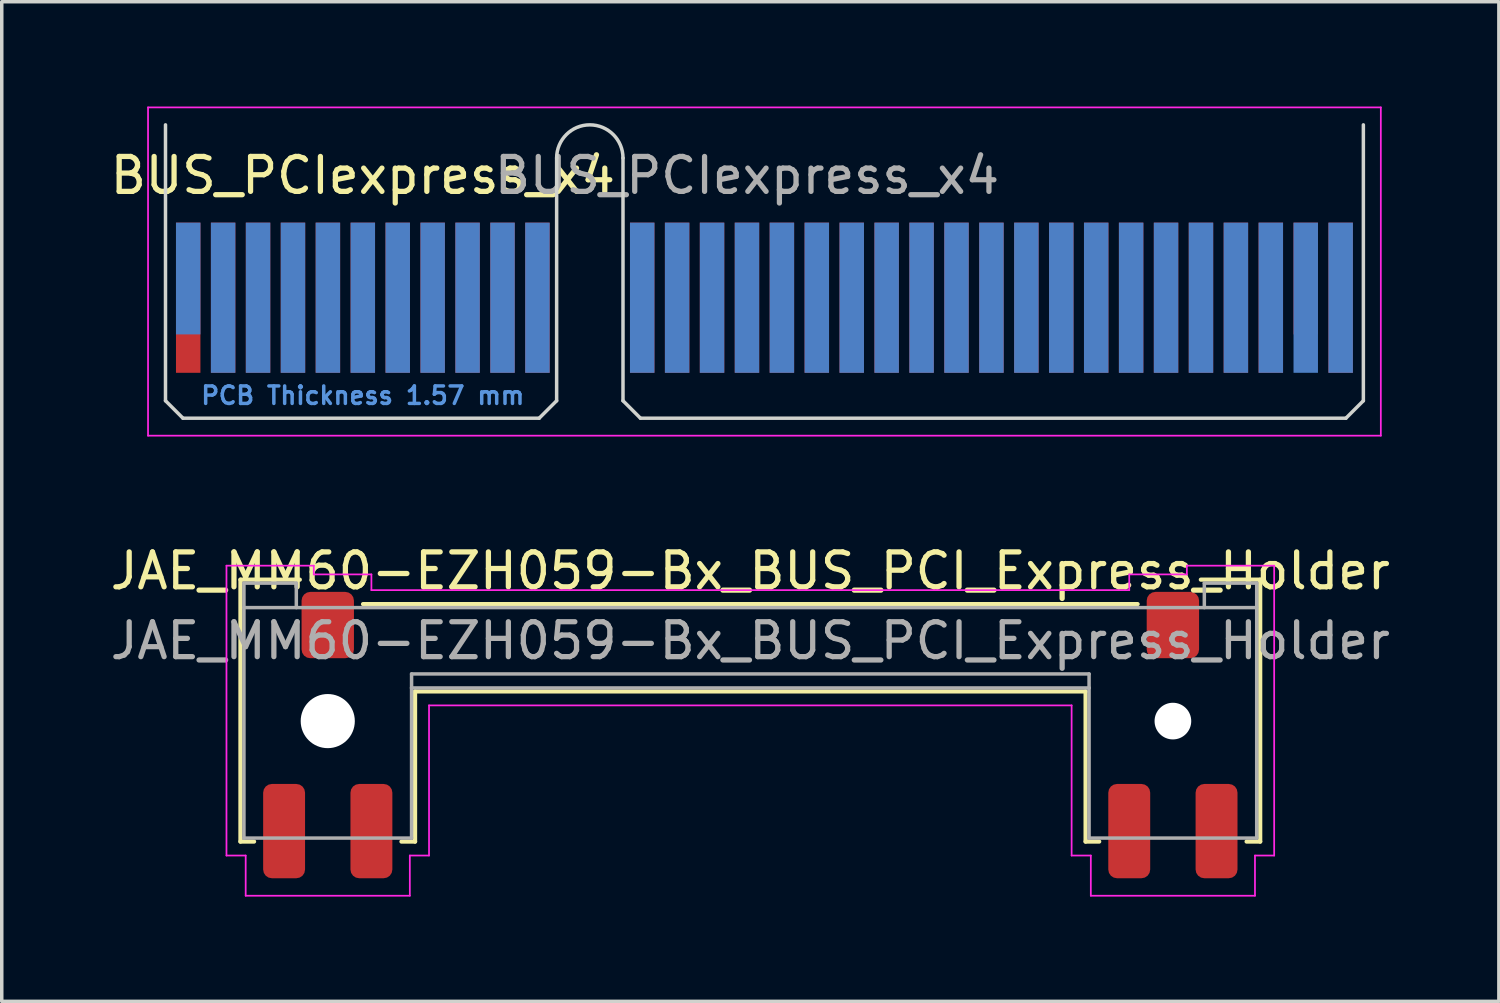
<source format=kicad_pcb>
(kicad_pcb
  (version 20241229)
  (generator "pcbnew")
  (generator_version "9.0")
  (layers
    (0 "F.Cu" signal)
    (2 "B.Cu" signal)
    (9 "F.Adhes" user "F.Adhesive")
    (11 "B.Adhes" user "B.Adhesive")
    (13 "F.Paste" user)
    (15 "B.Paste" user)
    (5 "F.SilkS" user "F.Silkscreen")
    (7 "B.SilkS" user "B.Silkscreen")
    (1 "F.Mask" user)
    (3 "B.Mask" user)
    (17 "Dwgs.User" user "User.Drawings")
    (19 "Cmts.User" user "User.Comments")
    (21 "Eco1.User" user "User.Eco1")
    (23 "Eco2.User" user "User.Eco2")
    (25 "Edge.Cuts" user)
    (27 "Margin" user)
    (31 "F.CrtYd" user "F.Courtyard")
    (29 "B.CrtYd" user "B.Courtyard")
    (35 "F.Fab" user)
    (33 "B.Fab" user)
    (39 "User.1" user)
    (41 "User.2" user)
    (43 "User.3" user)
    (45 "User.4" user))
  (footprint "JAE_MM60-EZH059-Bx_BUS_PCI_Express_Holder"
    (layer "F.Cu")
    (at 18.435 15.298)
    (property "Reference" "JAE_MM60-EZH059-Bx_BUS_PCI_Express_Holder" (at 0 -2 0) (layer "F.SilkS") (effects (font (size 1 1) (thickness 0.15))))
    (attr smd)
    (fp_line (start -14.6 -1.75) (end -12.9 -1.75) (stroke (width 0.12) (type solid)) (layer "F.SilkS"))
    (fp_line (start -14.6 5.75) (end -14.6 -1.75) (stroke (width 0.12) (type solid)) (layer "F.SilkS"))
    (fp_line (start -14.6 5.75) (end -14.21 5.75) (stroke (width 0.12) (type solid)) (layer "F.SilkS"))
    (fp_line (start -11.09 -1.05) (end 11.09 -1.05) (stroke (width 0.12) (type solid)) (layer "F.SilkS"))
    (fp_line (start -9.99 5.75) (end -9.6 5.75) (stroke (width 0.12) (type solid)) (layer "F.SilkS"))
    (fp_line (start -9.6 1.45) (end 9.6 1.45) (stroke (width 0.12) (type solid)) (layer "F.SilkS"))
    (fp_line (start -9.6 5.75) (end -9.6 1.45) (stroke (width 0.12) (type solid)) (layer "F.SilkS"))
    (fp_line (start 9.6 5.75) (end 9.6 1.45) (stroke (width 0.12) (type solid)) (layer "F.SilkS"))
    (fp_line (start 9.99 5.75) (end 9.6 5.75) (stroke (width 0.12) (type solid)) (layer "F.SilkS"))
    (fp_line (start 14.21 5.75) (end 14.6 5.75) (stroke (width 0.12) (type solid)) (layer "F.SilkS"))
    (fp_line (start 14.6 -1.75) (end 12.9 -1.75) (stroke (width 0.12) (type solid)) (layer "F.SilkS"))
    (fp_line (start 14.6 5.75) (end 14.6 -1.75) (stroke (width 0.12) (type solid)) (layer "F.SilkS"))
    (fp_line (start -15 -2.15) (end -15 6.15) (stroke (width 0.05) (type default)) (layer "F.CrtYd"))
    (fp_line (start -15 -2.15) (end -12.5 -2.15) (stroke (width 0.05) (type default)) (layer "F.CrtYd"))
    (fp_line (start -15 6.15) (end -14.45 6.15) (stroke (width 0.05) (type default)) (layer "F.CrtYd"))
    (fp_line (start -14.45 6.15) (end -14.45 7.3) (stroke (width 0.05) (type default)) (layer "F.CrtYd"))
    (fp_line (start -14.45 7.3) (end -9.75 7.3) (stroke (width 0.05) (type default)) (layer "F.CrtYd"))
    (fp_line (start -12.5 -2.15) (end -12.5 -1.9) (stroke (width 0.05) (type default)) (layer "F.CrtYd"))
    (fp_line (start -12.5 -1.9) (end -10.85 -1.9) (stroke (width 0.05) (type default)) (layer "F.CrtYd"))
    (fp_line (start -10.85 -1.9) (end -10.85 -1.45) (stroke (width 0.05) (type default)) (layer "F.CrtYd"))
    (fp_line (start -9.75 6.15) (end -9.2 6.15) (stroke (width 0.05) (type default)) (layer "F.CrtYd"))
    (fp_line (start -9.75 7.3) (end -9.75 6.15) (stroke (width 0.05) (type default)) (layer "F.CrtYd"))
    (fp_line (start -9.2 1.85) (end 9.2 1.85) (stroke (width 0.05) (type default)) (layer "F.CrtYd"))
    (fp_line (start -9.2 6.15) (end -9.2 1.85) (stroke (width 0.05) (type default)) (layer "F.CrtYd"))
    (fp_line (start 9.2 6.15) (end 9.2 1.85) (stroke (width 0.05) (type default)) (layer "F.CrtYd"))
    (fp_line (start 9.75 6.15) (end 9.2 6.15) (stroke (width 0.05) (type default)) (layer "F.CrtYd"))
    (fp_line (start 9.75 7.3) (end 9.75 6.15) (stroke (width 0.05) (type default)) (layer "F.CrtYd"))
    (fp_line (start 10.85 -1.9) (end 10.85 -1.45) (stroke (width 0.05) (type default)) (layer "F.CrtYd"))
    (fp_line (start 10.85 -1.45) (end -10.85 -1.45) (stroke (width 0.05) (type default)) (layer "F.CrtYd"))
    (fp_line (start 12.5 -2.15) (end 12.5 -1.9) (stroke (width 0.05) (type default)) (layer "F.CrtYd"))
    (fp_line (start 12.5 -1.9) (end 10.85 -1.9) (stroke (width 0.05) (type default)) (layer "F.CrtYd"))
    (fp_line (start 14.45 6.15) (end 14.45 7.3) (stroke (width 0.05) (type default)) (layer "F.CrtYd"))
    (fp_line (start 14.45 7.3) (end 9.75 7.3) (stroke (width 0.05) (type default)) (layer "F.CrtYd"))
    (fp_line (start 15 -2.15) (end 12.5 -2.15) (stroke (width 0.05) (type default)) (layer "F.CrtYd"))
    (fp_line (start 15 -2.15) (end 15 6.15) (stroke (width 0.05) (type default)) (layer "F.CrtYd"))
    (fp_line (start 15 6.15) (end 14.45 6.15) (stroke (width 0.05) (type default)) (layer "F.CrtYd"))
    (fp_line (start -14.5 -1.65) (end -13 -1.65) (stroke (width 0.1) (type default)) (layer "F.Fab"))
    (fp_line (start -14.5 -0.95) (end 14.5 -0.95) (stroke (width 0.1) (type solid)) (layer "F.Fab"))
    (fp_line (start -14.5 5.65) (end -14.5 -1.65) (stroke (width 0.1) (type solid)) (layer "F.Fab"))
    (fp_line (start -13 -1.65) (end -13 -0.95) (stroke (width 0.1) (type default)) (layer "F.Fab"))
    (fp_line (start -9.7 0.95) (end 9.7 0.95) (stroke (width 0.1) (type default)) (layer "F.Fab"))
    (fp_line (start -9.7 1.35) (end -9.7 0.95) (stroke (width 0.1) (type default)) (layer "F.Fab"))
    (fp_line (start -9.7 1.35) (end -9.7 5.65) (stroke (width 0.1) (type solid)) (layer "F.Fab"))
    (fp_line (start -9.7 1.35) (end 9.7 1.35) (stroke (width 0.1) (type default)) (layer "F.Fab"))
    (fp_line (start -9.7 5.65) (end -14.5 5.65) (stroke (width 0.1) (type solid)) (layer "F.Fab"))
    (fp_line (start 9.7 1.35) (end 9.7 0.95) (stroke (width 0.1) (type default)) (layer "F.Fab"))
    (fp_line (start 9.7 1.35) (end 9.7 5.65) (stroke (width 0.1) (type solid)) (layer "F.Fab"))
    (fp_line (start 13 -1.65) (end 13 -0.95) (stroke (width 0.1) (type default)) (layer "F.Fab"))
    (fp_line (start 14.5 -1.65) (end 13 -1.65) (stroke (width 0.1) (type default)) (layer "F.Fab"))
    (fp_line (start 14.5 -1.65) (end 14.5 5.65) (stroke (width 0.1) (type solid)) (layer "F.Fab"))
    (fp_line (start 14.5 5.65) (end 9.7 5.65) (stroke (width 0.1) (type solid)) (layer "F.Fab"))
    (fp_text user "${REFERENCE}" (at 0 0 0) (layer "F.Fab") (effects (font (size 1 1) (thickness 0.15))))
    (pad "" np_thru_hole circle (at -12.1 2.3) (size 1.55 1.55) (drill 1.55) (layers "*.Cu" "*.Mask"))
    (pad "" np_thru_hole circle (at 12.1 2.3) (size 1.05 1.05) (drill 1.05) (layers "*.Cu" "*.Mask"))
    (pad "MP" smd roundrect (at -13.35 5.45) (size 1.2 2.7) (layers "F.Cu" "F.Mask" "F.Paste") (roundrect_rratio 0.208))
    (pad "MP" smd roundrect (at -12.1 -0.45) (size 1.5 1.9) (layers "F.Cu" "F.Mask" "F.Paste") (roundrect_rratio 0.167))
    (pad "MP" smd roundrect (at -10.85 5.45) (size 1.2 2.7) (layers "F.Cu" "F.Mask" "F.Paste") (roundrect_rratio 0.208))
    (pad "MP" smd roundrect (at 10.85 5.45) (size 1.2 2.7) (layers "F.Cu" "F.Mask" "F.Paste") (roundrect_rratio 0.208))
    (pad "MP" smd roundrect (at 12.1 -0.45) (size 1.5 1.9) (layers "F.Cu" "F.Mask" "F.Paste") (roundrect_rratio 0.167))
    (pad "MP" smd roundrect (at 13.35 5.45) (size 1.2 2.7) (layers "F.Cu" "F.Mask" "F.Paste") (roundrect_rratio 0.208)))
  (footprint "BUS_PCIexpress_x4"
    (layer "F.Cu")
    (at 2.339 5.475)
    (property "Reference" "BUS_PCIexpress_x4" (at 5 -3.5 0) (layer "F.SilkS") (effects (font (size 1 1) (thickness 0.15))))
    (attr exclude_from_pos_files exclude_from_bom)
    (fp_line (start -0.65 -4.95) (end -0.65 2.95) (stroke (width 0.1) (type solid)) (layer "Edge.Cuts"))
    (fp_line (start -0.65 2.95) (end -0.15 3.45) (stroke (width 0.1) (type solid)) (layer "Edge.Cuts"))
    (fp_line (start -0.15 3.45) (end 10.05 3.45) (stroke (width 0.1) (type solid)) (layer "Edge.Cuts"))
    (fp_line (start 10.55 -4) (end 10.55 2.95) (stroke (width 0.1) (type solid)) (layer "Edge.Cuts"))
    (fp_line (start 10.55 2.95) (end 10.05 3.45) (stroke (width 0.1) (type solid)) (layer "Edge.Cuts"))
    (fp_line (start 12.45 -4) (end 12.45 2.95) (stroke (width 0.1) (type solid)) (layer "Edge.Cuts"))
    (fp_line (start 12.45 2.95) (end 12.95 3.45) (stroke (width 0.1) (type solid)) (layer "Edge.Cuts"))
    (fp_line (start 12.95 3.45) (end 33.15 3.45) (stroke (width 0.1) (type solid)) (layer "Edge.Cuts"))
    (fp_line (start 33.65 -4.95) (end 33.65 2.95) (stroke (width 0.1) (type solid)) (layer "Edge.Cuts"))
    (fp_line (start 33.65 2.95) (end 33.15 3.45) (stroke (width 0.1) (type solid)) (layer "Edge.Cuts"))
    (fp_arc (start 10.55 -4) (mid 11.5 -4.95) (end 12.45 -4) (stroke (width 0.1) (type solid)) (layer "Edge.Cuts"))
    (fp_line (start -1.15 -5.45) (end -1.15 3.95) (stroke (width 0.05) (type solid)) (layer "F.CrtYd"))
    (fp_line (start -1.15 -5.45) (end 34.15 -5.45) (stroke (width 0.05) (type solid)) (layer "F.CrtYd"))
    (fp_line (start 34.15 3.95) (end -1.15 3.95) (stroke (width 0.05) (type solid)) (layer "F.CrtYd"))
    (fp_line (start 34.15 3.95) (end 34.15 -5.45) (stroke (width 0.05) (type solid)) (layer "F.CrtYd"))
    (fp_text user "PCB Thickness 1.57 mm" (at 5 2.8 180) (layer "Cmts.User") (effects (font (size 0.5 0.5) (thickness 0.1))))
    (fp_text user "${REFERENCE}" (at 16 -3.5 0) (layer "F.Fab") (effects (font (size 1 1) (thickness 0.15))))
    (pad "A1" connect rect (at 0 -0.55) (size 0.7 3.2) (layers "B.Cu" "B.Mask"))
    (pad "A2" connect rect (at 1 0) (size 0.7 4.3) (layers "B.Cu" "B.Mask"))
    (pad "A3" connect rect (at 2 0) (size 0.7 4.3) (layers "B.Cu" "B.Mask"))
    (pad "A4" connect rect (at 3 0) (size 0.7 4.3) (layers "B.Cu" "B.Mask"))
    (pad "A5" connect rect (at 4 0) (size 0.7 4.3) (layers "B.Cu" "B.Mask"))
    (pad "A6" connect rect (at 5 0) (size 0.7 4.3) (layers "B.Cu" "B.Mask"))
    (pad "A7" connect rect (at 6 0) (size 0.7 4.3) (layers "B.Cu" "B.Mask"))
    (pad "A8" connect rect (at 7 0) (size 0.7 4.3) (layers "B.Cu" "B.Mask"))
    (pad "A9" connect rect (at 8 0) (size 0.7 4.3) (layers "B.Cu" "B.Mask"))
    (pad "A10" connect rect (at 9 0) (size 0.7 4.3) (layers "B.Cu" "B.Mask"))
    (pad "A11" connect rect (at 10 0) (size 0.7 4.3) (layers "B.Cu" "B.Mask"))
    (pad "A12" connect rect (at 13 0) (size 0.7 4.3) (layers "B.Cu" "B.Mask"))
    (pad "A13" connect rect (at 14 0) (size 0.7 4.3) (layers "B.Cu" "B.Mask"))
    (pad "A14" connect rect (at 15 0) (size 0.7 4.3) (layers "B.Cu" "B.Mask"))
    (pad "A15" connect rect (at 16 0) (size 0.7 4.3) (layers "B.Cu" "B.Mask"))
    (pad "A16" connect rect (at 17 0) (size 0.7 4.3) (layers "B.Cu" "B.Mask"))
    (pad "A17" connect rect (at 18 0) (size 0.7 4.3) (layers "B.Cu" "B.Mask"))
    (pad "A18" connect rect (at 19 0) (size 0.7 4.3) (layers "B.Cu" "B.Mask"))
    (pad "A19" connect rect (at 20 0) (size 0.7 4.3) (layers "B.Cu" "B.Mask"))
    (pad "A20" connect rect (at 21 0) (size 0.7 4.3) (layers "B.Cu" "B.Mask"))
    (pad "A21" connect rect (at 22 0) (size 0.7 4.3) (layers "B.Cu" "B.Mask"))
    (pad "A22" connect rect (at 23 0) (size 0.7 4.3) (layers "B.Cu" "B.Mask"))
    (pad "A23" connect rect (at 24 0) (size 0.7 4.3) (layers "B.Cu" "B.Mask"))
    (pad "A24" connect rect (at 25 0) (size 0.7 4.3) (layers "B.Cu" "B.Mask"))
    (pad "A25" connect rect (at 26 0) (size 0.7 4.3) (layers "B.Cu" "B.Mask"))
    (pad "A26" connect rect (at 27 0) (size 0.7 4.3) (layers "B.Cu" "B.Mask"))
    (pad "A27" connect rect (at 28 0) (size 0.7 4.3) (layers "B.Cu" "B.Mask"))
    (pad "A28" connect rect (at 29 0) (size 0.7 4.3) (layers "B.Cu" "B.Mask"))
    (pad "A29" connect rect (at 30 0) (size 0.7 4.3) (layers "B.Cu" "B.Mask"))
    (pad "A30" connect rect (at 31 0) (size 0.7 4.3) (layers "B.Cu" "B.Mask"))
    (pad "A31" connect rect (at 32 0) (size 0.7 4.3) (layers "B.Cu" "B.Mask"))
    (pad "A32" connect rect (at 33 0) (size 0.7 4.3) (layers "B.Cu" "B.Mask"))
    (pad "B1" connect rect (at 0 0) (size 0.7 4.3) (layers "F.Cu" "F.Mask"))
    (pad "B2" connect rect (at 1 0) (size 0.7 4.3) (layers "F.Cu" "F.Mask"))
    (pad "B3" connect rect (at 2 0) (size 0.7 4.3) (layers "F.Cu" "F.Mask"))
    (pad "B4" connect rect (at 3 0) (size 0.7 4.3) (layers "F.Cu" "F.Mask"))
    (pad "B5" connect rect (at 4 0) (size 0.7 4.3) (layers "F.Cu" "F.Mask"))
    (pad "B6" connect rect (at 5 0) (size 0.7 4.3) (layers "F.Cu" "F.Mask"))
    (pad "B7" connect rect (at 6 0) (size 0.7 4.3) (layers "F.Cu" "F.Mask"))
    (pad "B8" connect rect (at 7 0) (size 0.7 4.3) (layers "F.Cu" "F.Mask"))
    (pad "B9" connect rect (at 8 0) (size 0.7 4.3) (layers "F.Cu" "F.Mask"))
    (pad "B10" connect rect (at 9 0) (size 0.7 4.3) (layers "F.Cu" "F.Mask"))
    (pad "B11" connect rect (at 10 0) (size 0.7 4.3) (layers "F.Cu" "F.Mask"))
    (pad "B12" connect rect (at 13 0) (size 0.7 4.3) (layers "F.Cu" "F.Mask"))
    (pad "B13" connect rect (at 14 0) (size 0.7 4.3) (layers "F.Cu" "F.Mask"))
    (pad "B14" connect rect (at 15 0) (size 0.7 4.3) (layers "F.Cu" "F.Mask"))
    (pad "B15" connect rect (at 16 0) (size 0.7 4.3) (layers "F.Cu" "F.Mask"))
    (pad "B16" connect rect (at 17 0) (size 0.7 4.3) (layers "F.Cu" "F.Mask"))
    (pad "B17" connect rect (at 18 0) (size 0.7 4.3) (layers "F.Cu" "F.Mask"))
    (pad "B18" connect rect (at 19 0) (size 0.7 4.3) (layers "F.Cu" "F.Mask"))
    (pad "B19" connect rect (at 20 0) (size 0.7 4.3) (layers "F.Cu" "F.Mask"))
    (pad "B20" connect rect (at 21 0) (size 0.7 4.3) (layers "F.Cu" "F.Mask"))
    (pad "B21" connect rect (at 22 0) (size 0.7 4.3) (layers "F.Cu" "F.Mask"))
    (pad "B22" connect rect (at 23 0) (size 0.7 4.3) (layers "F.Cu" "F.Mask"))
    (pad "B23" connect rect (at 24 0) (size 0.7 4.3) (layers "F.Cu" "F.Mask"))
    (pad "B24" connect rect (at 25 0) (size 0.7 4.3) (layers "F.Cu" "F.Mask"))
    (pad "B25" connect rect (at 26 0) (size 0.7 4.3) (layers "F.Cu" "F.Mask"))
    (pad "B26" connect rect (at 27 0) (size 0.7 4.3) (layers "F.Cu" "F.Mask"))
    (pad "B27" connect rect (at 28 0) (size 0.7 4.3) (layers "F.Cu" "F.Mask"))
    (pad "B28" connect rect (at 29 0) (size 0.7 4.3) (layers "F.Cu" "F.Mask"))
    (pad "B29" connect rect (at 30 0) (size 0.7 4.3) (layers "F.Cu" "F.Mask"))
    (pad "B30" connect rect (at 31 0) (size 0.7 4.3) (layers "F.Cu" "F.Mask"))
    (pad "B31" connect rect (at 32 -0.55) (size 0.7 3.2) (layers "F.Cu" "F.Mask"))
    (pad "B32" connect rect (at 33 0) (size 0.7 4.3) (layers "F.Cu" "F.Mask")))
  (gr_rect
    (start -3 -3)
    (end 39.869 25.623)
    (stroke (width 0.1) (type default))
    (fill no)
    (layer "Edge.Cuts")))
</source>
